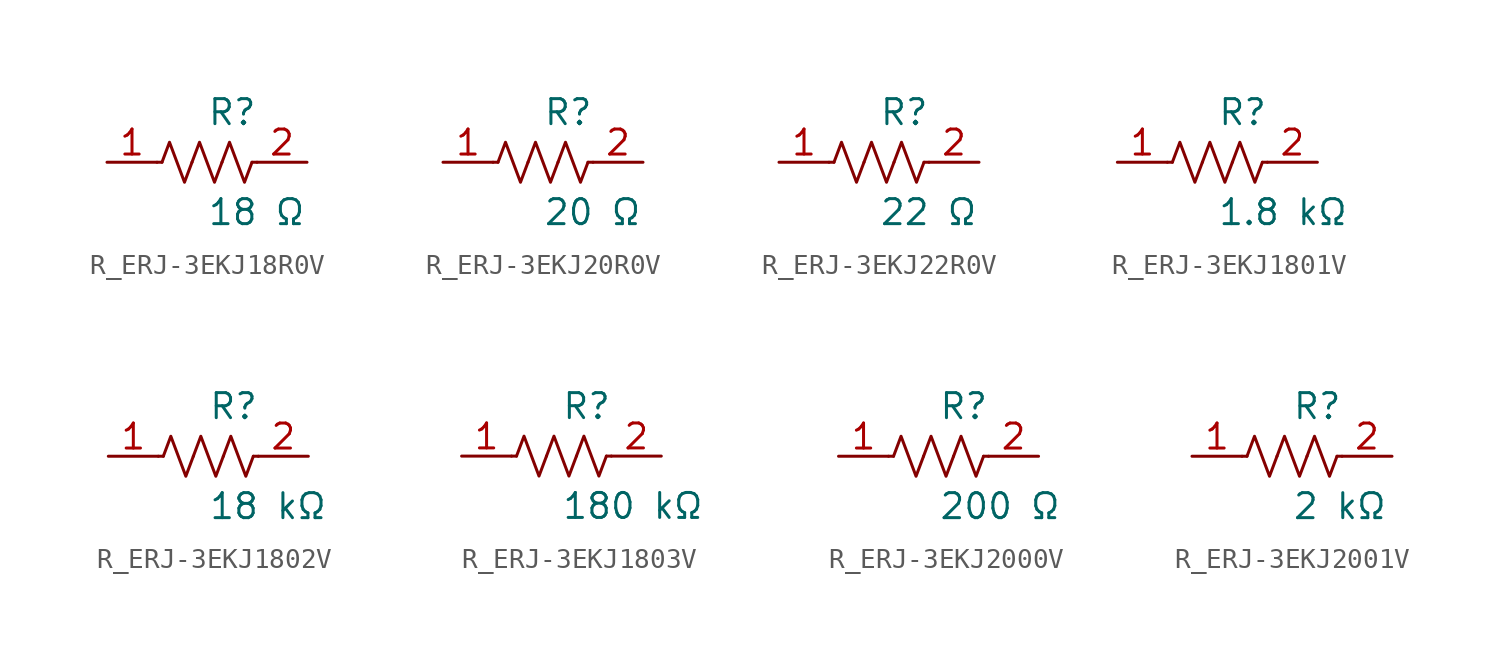
<source format=kicad_sym>
(kicad_symbol_lib
  (version 20231120)
  (generator kicad_symbol_editor)
  (generator_version 8.0)
  (symbol "R_ERJ-3EKJ18R0V"
    (pin_names
      (offset 0.254))
    (property "Reference" "R"
      (at 0.0 2.54 0)
      (effects (font (size 1.27 1.27)) (justify left)))
    (property "Value" "18 Ω"
      (at 0.0 -2.54 0)
      (effects (font (size 1.27 1.27)) (justify left)))
    (symbol "R_ERJ-3EKJ18R0V_0_1"
      (polyline (pts (xy 2.286 0) (xy 2.54 0)) (stroke (width 0) (type default)) (fill (type none)))
      (polyline (pts (xy -2.286 0) (xy -2.54 0)) (stroke (width 0) (type default)) (fill (type none)))
      (polyline (pts (xy 0.762 0) (xy 1.143 1.016) (xy 1.524 0) (xy 1.905 -1.016) (xy 2.286 0)) (stroke (width 0) (type default)) (fill (type none)))
      (polyline (pts (xy -0.762 0) (xy -0.381 1.016) (xy 0 0) (xy 0.381 -1.016) (xy 0.762 0)) (stroke (width 0) (type default)) (fill (type none)))
      (polyline (pts (xy -2.286 0) (xy -1.905 1.016) (xy -1.524 0) (xy -1.143 -1.016) (xy -0.762 0)) (stroke (width 0) (type default)) (fill (type none))))
    (pin unspecified line
      (at -5.08 0 0)
      (length 2.54)
      (name "" (effects (font (size 1.27 1.27))))
      (number "1" (effects (font (size 1.27 1.27)))))
    (pin unspecified line
      (at 5.08 0 180)
      (length 2.54)
      (name "" (effects (font (size 1.27 1.27))))
      (number "2" (effects (font (size 1.27 1.27))))))
  (symbol "R_ERJ-3EKJ20R0V"
    (pin_names
      (offset 0.254))
    (property "Reference" "R"
      (at 0.0 2.54 0)
      (effects (font (size 1.27 1.27)) (justify left)))
    (property "Value" "20 Ω"
      (at 0.0 -2.54 0)
      (effects (font (size 1.27 1.27)) (justify left)))
    (symbol "R_ERJ-3EKJ20R0V_0_1"
      (polyline (pts (xy 2.286 0) (xy 2.54 0)) (stroke (width 0) (type default)) (fill (type none)))
      (polyline (pts (xy -2.286 0) (xy -2.54 0)) (stroke (width 0) (type default)) (fill (type none)))
      (polyline (pts (xy 0.762 0) (xy 1.143 1.016) (xy 1.524 0) (xy 1.905 -1.016) (xy 2.286 0)) (stroke (width 0) (type default)) (fill (type none)))
      (polyline (pts (xy -0.762 0) (xy -0.381 1.016) (xy 0 0) (xy 0.381 -1.016) (xy 0.762 0)) (stroke (width 0) (type default)) (fill (type none)))
      (polyline (pts (xy -2.286 0) (xy -1.905 1.016) (xy -1.524 0) (xy -1.143 -1.016) (xy -0.762 0)) (stroke (width 0) (type default)) (fill (type none))))
    (pin unspecified line
      (at -5.08 0 0)
      (length 2.54)
      (name "" (effects (font (size 1.27 1.27))))
      (number "1" (effects (font (size 1.27 1.27)))))
    (pin unspecified line
      (at 5.08 0 180)
      (length 2.54)
      (name "" (effects (font (size 1.27 1.27))))
      (number "2" (effects (font (size 1.27 1.27))))))
  (symbol "R_ERJ-3EKJ22R0V"
    (pin_names
      (offset 0.254))
    (property "Reference" "R"
      (at 0.0 2.54 0)
      (effects (font (size 1.27 1.27)) (justify left)))
    (property "Value" "22 Ω"
      (at 0.0 -2.54 0)
      (effects (font (size 1.27 1.27)) (justify left)))
    (symbol "R_ERJ-3EKJ22R0V_0_1"
      (polyline (pts (xy 2.286 0) (xy 2.54 0)) (stroke (width 0) (type default)) (fill (type none)))
      (polyline (pts (xy -2.286 0) (xy -2.54 0)) (stroke (width 0) (type default)) (fill (type none)))
      (polyline (pts (xy 0.762 0) (xy 1.143 1.016) (xy 1.524 0) (xy 1.905 -1.016) (xy 2.286 0)) (stroke (width 0) (type default)) (fill (type none)))
      (polyline (pts (xy -0.762 0) (xy -0.381 1.016) (xy 0 0) (xy 0.381 -1.016) (xy 0.762 0)) (stroke (width 0) (type default)) (fill (type none)))
      (polyline (pts (xy -2.286 0) (xy -1.905 1.016) (xy -1.524 0) (xy -1.143 -1.016) (xy -0.762 0)) (stroke (width 0) (type default)) (fill (type none))))
    (pin unspecified line
      (at -5.08 0 0)
      (length 2.54)
      (name "" (effects (font (size 1.27 1.27))))
      (number "1" (effects (font (size 1.27 1.27)))))
    (pin unspecified line
      (at 5.08 0 180)
      (length 2.54)
      (name "" (effects (font (size 1.27 1.27))))
      (number "2" (effects (font (size 1.27 1.27))))))
  (symbol "R_ERJ-3EKJ1801V"
    (pin_names
      (offset 0.254))
    (property "Reference" "R"
      (at 0.0 2.54 0)
      (effects (font (size 1.27 1.27)) (justify left)))
    (property "Value" "1.8 kΩ"
      (at 0.0 -2.54 0)
      (effects (font (size 1.27 1.27)) (justify left)))
    (symbol "R_ERJ-3EKJ1801V_0_1"
      (polyline (pts (xy 2.286 0) (xy 2.54 0)) (stroke (width 0) (type default)) (fill (type none)))
      (polyline (pts (xy -2.286 0) (xy -2.54 0)) (stroke (width 0) (type default)) (fill (type none)))
      (polyline (pts (xy 0.762 0) (xy 1.143 1.016) (xy 1.524 0) (xy 1.905 -1.016) (xy 2.286 0)) (stroke (width 0) (type default)) (fill (type none)))
      (polyline (pts (xy -0.762 0) (xy -0.381 1.016) (xy 0 0) (xy 0.381 -1.016) (xy 0.762 0)) (stroke (width 0) (type default)) (fill (type none)))
      (polyline (pts (xy -2.286 0) (xy -1.905 1.016) (xy -1.524 0) (xy -1.143 -1.016) (xy -0.762 0)) (stroke (width 0) (type default)) (fill (type none))))
    (pin unspecified line
      (at -5.08 0 0)
      (length 2.54)
      (name "" (effects (font (size 1.27 1.27))))
      (number "1" (effects (font (size 1.27 1.27)))))
    (pin unspecified line
      (at 5.08 0 180)
      (length 2.54)
      (name "" (effects (font (size 1.27 1.27))))
      (number "2" (effects (font (size 1.27 1.27))))))
  (symbol "R_ERJ-3EKJ1802V"
    (pin_names
      (offset 0.254))
    (property "Reference" "R"
      (at 0.0 2.54 0)
      (effects (font (size 1.27 1.27)) (justify left)))
    (property "Value" "18 kΩ"
      (at 0.0 -2.54 0)
      (effects (font (size 1.27 1.27)) (justify left)))
    (symbol "R_ERJ-3EKJ1802V_0_1"
      (polyline (pts (xy 2.286 0) (xy 2.54 0)) (stroke (width 0) (type default)) (fill (type none)))
      (polyline (pts (xy -2.286 0) (xy -2.54 0)) (stroke (width 0) (type default)) (fill (type none)))
      (polyline (pts (xy 0.762 0) (xy 1.143 1.016) (xy 1.524 0) (xy 1.905 -1.016) (xy 2.286 0)) (stroke (width 0) (type default)) (fill (type none)))
      (polyline (pts (xy -0.762 0) (xy -0.381 1.016) (xy 0 0) (xy 0.381 -1.016) (xy 0.762 0)) (stroke (width 0) (type default)) (fill (type none)))
      (polyline (pts (xy -2.286 0) (xy -1.905 1.016) (xy -1.524 0) (xy -1.143 -1.016) (xy -0.762 0)) (stroke (width 0) (type default)) (fill (type none))))
    (pin unspecified line
      (at -5.08 0 0)
      (length 2.54)
      (name "" (effects (font (size 1.27 1.27))))
      (number "1" (effects (font (size 1.27 1.27)))))
    (pin unspecified line
      (at 5.08 0 180)
      (length 2.54)
      (name "" (effects (font (size 1.27 1.27))))
      (number "2" (effects (font (size 1.27 1.27))))))
  (symbol "R_ERJ-3EKJ1803V"
    (pin_names
      (offset 0.254))
    (property "Reference" "R"
      (at 0.0 2.54 0)
      (effects (font (size 1.27 1.27)) (justify left)))
    (property "Value" "180 kΩ"
      (at 0.0 -2.54 0)
      (effects (font (size 1.27 1.27)) (justify left)))
    (symbol "R_ERJ-3EKJ1803V_0_1"
      (polyline (pts (xy 2.286 0) (xy 2.54 0)) (stroke (width 0) (type default)) (fill (type none)))
      (polyline (pts (xy -2.286 0) (xy -2.54 0)) (stroke (width 0) (type default)) (fill (type none)))
      (polyline (pts (xy 0.762 0) (xy 1.143 1.016) (xy 1.524 0) (xy 1.905 -1.016) (xy 2.286 0)) (stroke (width 0) (type default)) (fill (type none)))
      (polyline (pts (xy -0.762 0) (xy -0.381 1.016) (xy 0 0) (xy 0.381 -1.016) (xy 0.762 0)) (stroke (width 0) (type default)) (fill (type none)))
      (polyline (pts (xy -2.286 0) (xy -1.905 1.016) (xy -1.524 0) (xy -1.143 -1.016) (xy -0.762 0)) (stroke (width 0) (type default)) (fill (type none))))
    (pin unspecified line
      (at -5.08 0 0)
      (length 2.54)
      (name "" (effects (font (size 1.27 1.27))))
      (number "1" (effects (font (size 1.27 1.27)))))
    (pin unspecified line
      (at 5.08 0 180)
      (length 2.54)
      (name "" (effects (font (size 1.27 1.27))))
      (number "2" (effects (font (size 1.27 1.27))))))
  (symbol "R_ERJ-3EKJ2000V"
    (pin_names
      (offset 0.254))
    (property "Reference" "R"
      (at 0.0 2.54 0)
      (effects (font (size 1.27 1.27)) (justify left)))
    (property "Value" "200 Ω"
      (at 0.0 -2.54 0)
      (effects (font (size 1.27 1.27)) (justify left)))
    (symbol "R_ERJ-3EKJ2000V_0_1"
      (polyline (pts (xy 2.286 0) (xy 2.54 0)) (stroke (width 0) (type default)) (fill (type none)))
      (polyline (pts (xy -2.286 0) (xy -2.54 0)) (stroke (width 0) (type default)) (fill (type none)))
      (polyline (pts (xy 0.762 0) (xy 1.143 1.016) (xy 1.524 0) (xy 1.905 -1.016) (xy 2.286 0)) (stroke (width 0) (type default)) (fill (type none)))
      (polyline (pts (xy -0.762 0) (xy -0.381 1.016) (xy 0 0) (xy 0.381 -1.016) (xy 0.762 0)) (stroke (width 0) (type default)) (fill (type none)))
      (polyline (pts (xy -2.286 0) (xy -1.905 1.016) (xy -1.524 0) (xy -1.143 -1.016) (xy -0.762 0)) (stroke (width 0) (type default)) (fill (type none))))
    (pin unspecified line
      (at -5.08 0 0)
      (length 2.54)
      (name "" (effects (font (size 1.27 1.27))))
      (number "1" (effects (font (size 1.27 1.27)))))
    (pin unspecified line
      (at 5.08 0 180)
      (length 2.54)
      (name "" (effects (font (size 1.27 1.27))))
      (number "2" (effects (font (size 1.27 1.27))))))
  (symbol "R_ERJ-3EKJ2001V"
    (pin_names
      (offset 0.254))
    (property "Reference" "R"
      (at 0.0 2.54 0)
      (effects (font (size 1.27 1.27)) (justify left)))
    (property "Value" "2 kΩ"
      (at 0.0 -2.54 0)
      (effects (font (size 1.27 1.27)) (justify left)))
    (symbol "R_ERJ-3EKJ2001V_0_1"
      (polyline (pts (xy 2.286 0) (xy 2.54 0)) (stroke (width 0) (type default)) (fill (type none)))
      (polyline (pts (xy -2.286 0) (xy -2.54 0)) (stroke (width 0) (type default)) (fill (type none)))
      (polyline (pts (xy 0.762 0) (xy 1.143 1.016) (xy 1.524 0) (xy 1.905 -1.016) (xy 2.286 0)) (stroke (width 0) (type default)) (fill (type none)))
      (polyline (pts (xy -0.762 0) (xy -0.381 1.016) (xy 0 0) (xy 0.381 -1.016) (xy 0.762 0)) (stroke (width 0) (type default)) (fill (type none)))
      (polyline (pts (xy -2.286 0) (xy -1.905 1.016) (xy -1.524 0) (xy -1.143 -1.016) (xy -0.762 0)) (stroke (width 0) (type default)) (fill (type none))))
    (pin unspecified line
      (at -5.08 0 0)
      (length 2.54)
      (name "" (effects (font (size 1.27 1.27))))
      (number "1" (effects (font (size 1.27 1.27)))))
    (pin unspecified line
      (at 5.08 0 180)
      (length 2.54)
      (name "" (effects (font (size 1.27 1.27))))
      (number "2" (effects (font (size 1.27 1.27)))))))
</source>
